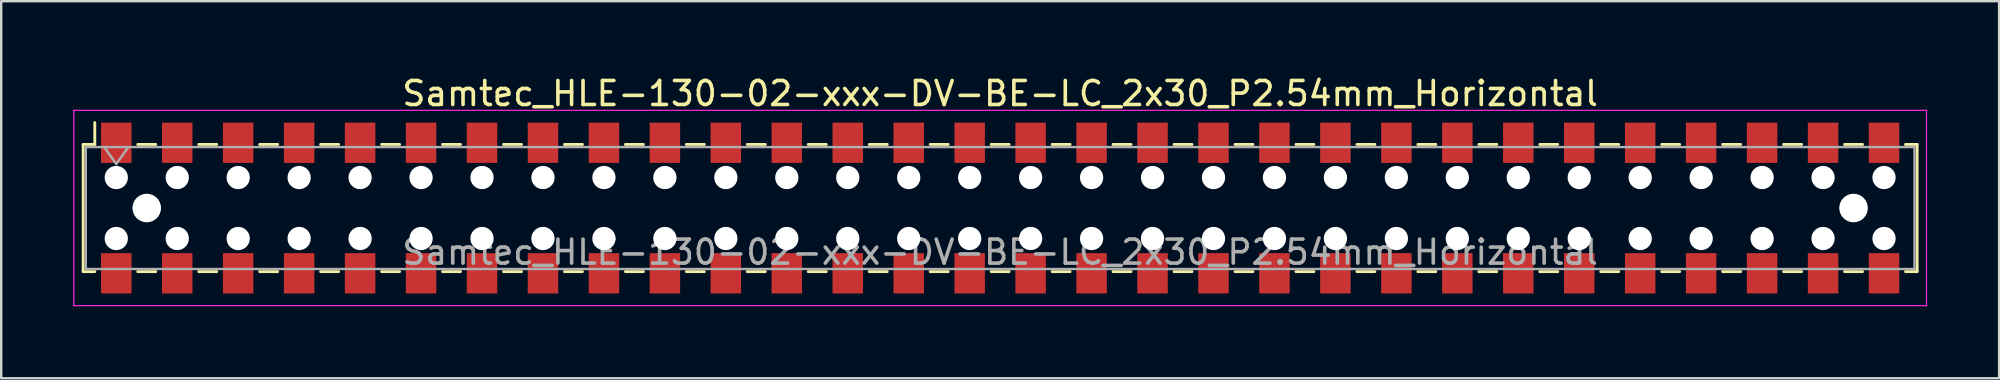
<source format=kicad_pcb>
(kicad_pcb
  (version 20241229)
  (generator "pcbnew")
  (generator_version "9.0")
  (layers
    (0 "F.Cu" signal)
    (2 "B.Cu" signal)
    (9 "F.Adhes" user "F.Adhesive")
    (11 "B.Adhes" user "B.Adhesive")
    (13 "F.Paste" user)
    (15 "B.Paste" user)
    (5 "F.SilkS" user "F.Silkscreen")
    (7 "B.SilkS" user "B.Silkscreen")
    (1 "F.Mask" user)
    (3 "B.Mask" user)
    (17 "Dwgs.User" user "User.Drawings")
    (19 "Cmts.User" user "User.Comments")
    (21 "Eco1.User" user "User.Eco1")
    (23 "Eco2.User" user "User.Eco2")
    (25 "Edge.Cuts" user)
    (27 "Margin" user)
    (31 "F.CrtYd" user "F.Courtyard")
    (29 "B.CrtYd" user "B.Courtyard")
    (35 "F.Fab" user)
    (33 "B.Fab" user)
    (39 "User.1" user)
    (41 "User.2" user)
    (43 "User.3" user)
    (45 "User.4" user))
  (footprint "Samtec_HLE-130-02-xxx-DV-BE-LC_2x30_P2.54mm_Horizontal"
    (layer "F.Cu")
    (at 38.625 5.618)
    (property "Reference" "Samtec_HLE-130-02-xxx-DV-BE-LC_2x30_P2.54mm_Horizontal" (at 0 -4.77 0) (layer "F.SilkS") (effects (font (size 1 1) (thickness 0.15))))
    (attr smd)
    (fp_line (start -38.21 -2.65) (end -38.21 2.65) (stroke (width 0.12) (type solid)) (layer "F.SilkS"))
    (fp_line (start -38.21 2.65) (end -37.725 2.65) (stroke (width 0.12) (type solid)) (layer "F.SilkS"))
    (fp_line (start -37.725 -3.56) (end -37.725 -2.65) (stroke (width 0.12) (type solid)) (layer "F.SilkS"))
    (fp_line (start -37.725 -2.65) (end -38.21 -2.65) (stroke (width 0.12) (type solid)) (layer "F.SilkS"))
    (fp_line (start -35.935 -2.65) (end -35.185 -2.65) (stroke (width 0.12) (type solid)) (layer "F.SilkS"))
    (fp_line (start -35.935 2.65) (end -35.185 2.65) (stroke (width 0.12) (type solid)) (layer "F.SilkS"))
    (fp_line (start -33.395 -2.65) (end -32.645 -2.65) (stroke (width 0.12) (type solid)) (layer "F.SilkS"))
    (fp_line (start -33.395 2.65) (end -32.645 2.65) (stroke (width 0.12) (type solid)) (layer "F.SilkS"))
    (fp_line (start -30.855 -2.65) (end -30.105 -2.65) (stroke (width 0.12) (type solid)) (layer "F.SilkS"))
    (fp_line (start -30.855 2.65) (end -30.105 2.65) (stroke (width 0.12) (type solid)) (layer "F.SilkS"))
    (fp_line (start -28.315 -2.65) (end -27.565 -2.65) (stroke (width 0.12) (type solid)) (layer "F.SilkS"))
    (fp_line (start -28.315 2.65) (end -27.565 2.65) (stroke (width 0.12) (type solid)) (layer "F.SilkS"))
    (fp_line (start -25.775 -2.65) (end -25.025 -2.65) (stroke (width 0.12) (type solid)) (layer "F.SilkS"))
    (fp_line (start -25.775 2.65) (end -25.025 2.65) (stroke (width 0.12) (type solid)) (layer "F.SilkS"))
    (fp_line (start -23.235 -2.65) (end -22.485 -2.65) (stroke (width 0.12) (type solid)) (layer "F.SilkS"))
    (fp_line (start -23.235 2.65) (end -22.485 2.65) (stroke (width 0.12) (type solid)) (layer "F.SilkS"))
    (fp_line (start -20.695 -2.65) (end -19.945 -2.65) (stroke (width 0.12) (type solid)) (layer "F.SilkS"))
    (fp_line (start -20.695 2.65) (end -19.945 2.65) (stroke (width 0.12) (type solid)) (layer "F.SilkS"))
    (fp_line (start -18.155 -2.65) (end -17.405 -2.65) (stroke (width 0.12) (type solid)) (layer "F.SilkS"))
    (fp_line (start -18.155 2.65) (end -17.405 2.65) (stroke (width 0.12) (type solid)) (layer "F.SilkS"))
    (fp_line (start -15.615 -2.65) (end -14.865 -2.65) (stroke (width 0.12) (type solid)) (layer "F.SilkS"))
    (fp_line (start -15.615 2.65) (end -14.865 2.65) (stroke (width 0.12) (type solid)) (layer "F.SilkS"))
    (fp_line (start -13.075 -2.65) (end -12.325 -2.65) (stroke (width 0.12) (type solid)) (layer "F.SilkS"))
    (fp_line (start -13.075 2.65) (end -12.325 2.65) (stroke (width 0.12) (type solid)) (layer "F.SilkS"))
    (fp_line (start -10.535 -2.65) (end -9.785 -2.65) (stroke (width 0.12) (type solid)) (layer "F.SilkS"))
    (fp_line (start -10.535 2.65) (end -9.785 2.65) (stroke (width 0.12) (type solid)) (layer "F.SilkS"))
    (fp_line (start -7.995 -2.65) (end -7.245 -2.65) (stroke (width 0.12) (type solid)) (layer "F.SilkS"))
    (fp_line (start -7.995 2.65) (end -7.245 2.65) (stroke (width 0.12) (type solid)) (layer "F.SilkS"))
    (fp_line (start -5.455 -2.65) (end -4.705 -2.65) (stroke (width 0.12) (type solid)) (layer "F.SilkS"))
    (fp_line (start -5.455 2.65) (end -4.705 2.65) (stroke (width 0.12) (type solid)) (layer "F.SilkS"))
    (fp_line (start -2.915 -2.65) (end -2.165 -2.65) (stroke (width 0.12) (type solid)) (layer "F.SilkS"))
    (fp_line (start -2.915 2.65) (end -2.165 2.65) (stroke (width 0.12) (type solid)) (layer "F.SilkS"))
    (fp_line (start -0.375 -2.65) (end 0.375 -2.65) (stroke (width 0.12) (type solid)) (layer "F.SilkS"))
    (fp_line (start -0.375 2.65) (end 0.375 2.65) (stroke (width 0.12) (type solid)) (layer "F.SilkS"))
    (fp_line (start 2.165 -2.65) (end 2.915 -2.65) (stroke (width 0.12) (type solid)) (layer "F.SilkS"))
    (fp_line (start 2.165 2.65) (end 2.915 2.65) (stroke (width 0.12) (type solid)) (layer "F.SilkS"))
    (fp_line (start 4.705 -2.65) (end 5.455 -2.65) (stroke (width 0.12) (type solid)) (layer "F.SilkS"))
    (fp_line (start 4.705 2.65) (end 5.455 2.65) (stroke (width 0.12) (type solid)) (layer "F.SilkS"))
    (fp_line (start 7.245 -2.65) (end 7.995 -2.65) (stroke (width 0.12) (type solid)) (layer "F.SilkS"))
    (fp_line (start 7.245 2.65) (end 7.995 2.65) (stroke (width 0.12) (type solid)) (layer "F.SilkS"))
    (fp_line (start 9.785 -2.65) (end 10.535 -2.65) (stroke (width 0.12) (type solid)) (layer "F.SilkS"))
    (fp_line (start 9.785 2.65) (end 10.535 2.65) (stroke (width 0.12) (type solid)) (layer "F.SilkS"))
    (fp_line (start 12.325 -2.65) (end 13.075 -2.65) (stroke (width 0.12) (type solid)) (layer "F.SilkS"))
    (fp_line (start 12.325 2.65) (end 13.075 2.65) (stroke (width 0.12) (type solid)) (layer "F.SilkS"))
    (fp_line (start 14.865 -2.65) (end 15.615 -2.65) (stroke (width 0.12) (type solid)) (layer "F.SilkS"))
    (fp_line (start 14.865 2.65) (end 15.615 2.65) (stroke (width 0.12) (type solid)) (layer "F.SilkS"))
    (fp_line (start 17.405 -2.65) (end 18.155 -2.65) (stroke (width 0.12) (type solid)) (layer "F.SilkS"))
    (fp_line (start 17.405 2.65) (end 18.155 2.65) (stroke (width 0.12) (type solid)) (layer "F.SilkS"))
    (fp_line (start 19.945 -2.65) (end 20.695 -2.65) (stroke (width 0.12) (type solid)) (layer "F.SilkS"))
    (fp_line (start 19.945 2.65) (end 20.695 2.65) (stroke (width 0.12) (type solid)) (layer "F.SilkS"))
    (fp_line (start 22.485 -2.65) (end 23.235 -2.65) (stroke (width 0.12) (type solid)) (layer "F.SilkS"))
    (fp_line (start 22.485 2.65) (end 23.235 2.65) (stroke (width 0.12) (type solid)) (layer "F.SilkS"))
    (fp_line (start 25.025 -2.65) (end 25.775 -2.65) (stroke (width 0.12) (type solid)) (layer "F.SilkS"))
    (fp_line (start 25.025 2.65) (end 25.775 2.65) (stroke (width 0.12) (type solid)) (layer "F.SilkS"))
    (fp_line (start 27.565 -2.65) (end 28.315 -2.65) (stroke (width 0.12) (type solid)) (layer "F.SilkS"))
    (fp_line (start 27.565 2.65) (end 28.315 2.65) (stroke (width 0.12) (type solid)) (layer "F.SilkS"))
    (fp_line (start 30.105 -2.65) (end 30.855 -2.65) (stroke (width 0.12) (type solid)) (layer "F.SilkS"))
    (fp_line (start 30.105 2.65) (end 30.855 2.65) (stroke (width 0.12) (type solid)) (layer "F.SilkS"))
    (fp_line (start 32.645 -2.65) (end 33.395 -2.65) (stroke (width 0.12) (type solid)) (layer "F.SilkS"))
    (fp_line (start 32.645 2.65) (end 33.395 2.65) (stroke (width 0.12) (type solid)) (layer "F.SilkS"))
    (fp_line (start 35.185 -2.65) (end 35.935 -2.65) (stroke (width 0.12) (type solid)) (layer "F.SilkS"))
    (fp_line (start 35.185 2.65) (end 35.935 2.65) (stroke (width 0.12) (type solid)) (layer "F.SilkS"))
    (fp_line (start 37.725 -2.65) (end 38.21 -2.65) (stroke (width 0.12) (type solid)) (layer "F.SilkS"))
    (fp_line (start 38.21 -2.65) (end 38.21 2.65) (stroke (width 0.12) (type solid)) (layer "F.SilkS"))
    (fp_line (start 38.21 2.65) (end 37.725 2.65) (stroke (width 0.12) (type solid)) (layer "F.SilkS"))
    (fp_line (start -38.6 -4.07) (end 38.6 -4.07) (stroke (width 0.05) (type solid)) (layer "F.CrtYd"))
    (fp_line (start -38.6 4.07) (end -38.6 -4.07) (stroke (width 0.05) (type solid)) (layer "F.CrtYd"))
    (fp_line (start 38.6 -4.07) (end 38.6 4.07) (stroke (width 0.05) (type solid)) (layer "F.CrtYd"))
    (fp_line (start 38.6 4.07) (end -38.6 4.07) (stroke (width 0.05) (type solid)) (layer "F.CrtYd"))
    (fp_line (start -38.1 -2.54) (end 38.1 -2.54) (stroke (width 0.1) (type solid)) (layer "F.Fab"))
    (fp_line (start -38.1 2.54) (end -38.1 -2.54) (stroke (width 0.1) (type solid)) (layer "F.Fab"))
    (fp_line (start -37.33 -2.54) (end -36.83 -1.833) (stroke (width 0.1) (type solid)) (layer "F.Fab"))
    (fp_line (start -36.83 -1.833) (end -36.33 -2.54) (stroke (width 0.1) (type solid)) (layer "F.Fab"))
    (fp_line (start 38.1 -2.54) (end 38.1 2.54) (stroke (width 0.1) (type solid)) (layer "F.Fab"))
    (fp_line (start 38.1 2.54) (end -38.1 2.54) (stroke (width 0.1) (type solid)) (layer "F.Fab"))
    (fp_text user "${REFERENCE}" (at 0 1.84 0) (layer "F.Fab") (effects (font (size 1 1) (thickness 0.15))))
    (pad "" np_thru_hole circle (at -36.83 -1.27) (size 0.97 0.97) (drill 0.97) (layers "*.Cu" "*.Mask"))
    (pad "" np_thru_hole circle (at -36.83 1.27) (size 0.97 0.97) (drill 0.97) (layers "*.Cu" "*.Mask"))
    (pad "" np_thru_hole circle (at -35.56 0) (size 1.19 1.19) (drill 1.19) (layers "*.Cu" "*.Mask"))
    (pad "" np_thru_hole circle (at -34.29 -1.27) (size 0.97 0.97) (drill 0.97) (layers "*.Cu" "*.Mask"))
    (pad "" np_thru_hole circle (at -34.29 1.27) (size 0.97 0.97) (drill 0.97) (layers "*.Cu" "*.Mask"))
    (pad "" np_thru_hole circle (at -31.75 -1.27) (size 0.97 0.97) (drill 0.97) (layers "*.Cu" "*.Mask"))
    (pad "" np_thru_hole circle (at -31.75 1.27) (size 0.97 0.97) (drill 0.97) (layers "*.Cu" "*.Mask"))
    (pad "" np_thru_hole circle (at -29.21 -1.27) (size 0.97 0.97) (drill 0.97) (layers "*.Cu" "*.Mask"))
    (pad "" np_thru_hole circle (at -29.21 1.27) (size 0.97 0.97) (drill 0.97) (layers "*.Cu" "*.Mask"))
    (pad "" np_thru_hole circle (at -26.67 -1.27) (size 0.97 0.97) (drill 0.97) (layers "*.Cu" "*.Mask"))
    (pad "" np_thru_hole circle (at -26.67 1.27) (size 0.97 0.97) (drill 0.97) (layers "*.Cu" "*.Mask"))
    (pad "" np_thru_hole circle (at -24.13 -1.27) (size 0.97 0.97) (drill 0.97) (layers "*.Cu" "*.Mask"))
    (pad "" np_thru_hole circle (at -24.13 1.27) (size 0.97 0.97) (drill 0.97) (layers "*.Cu" "*.Mask"))
    (pad "" np_thru_hole circle (at -21.59 -1.27) (size 0.97 0.97) (drill 0.97) (layers "*.Cu" "*.Mask"))
    (pad "" np_thru_hole circle (at -21.59 1.27) (size 0.97 0.97) (drill 0.97) (layers "*.Cu" "*.Mask"))
    (pad "" np_thru_hole circle (at -19.05 -1.27) (size 0.97 0.97) (drill 0.97) (layers "*.Cu" "*.Mask"))
    (pad "" np_thru_hole circle (at -19.05 1.27) (size 0.97 0.97) (drill 0.97) (layers "*.Cu" "*.Mask"))
    (pad "" np_thru_hole circle (at -16.51 -1.27) (size 0.97 0.97) (drill 0.97) (layers "*.Cu" "*.Mask"))
    (pad "" np_thru_hole circle (at -16.51 1.27) (size 0.97 0.97) (drill 0.97) (layers "*.Cu" "*.Mask"))
    (pad "" np_thru_hole circle (at -13.97 -1.27) (size 0.97 0.97) (drill 0.97) (layers "*.Cu" "*.Mask"))
    (pad "" np_thru_hole circle (at -13.97 1.27) (size 0.97 0.97) (drill 0.97) (layers "*.Cu" "*.Mask"))
    (pad "" np_thru_hole circle (at -11.43 -1.27) (size 0.97 0.97) (drill 0.97) (layers "*.Cu" "*.Mask"))
    (pad "" np_thru_hole circle (at -11.43 1.27) (size 0.97 0.97) (drill 0.97) (layers "*.Cu" "*.Mask"))
    (pad "" np_thru_hole circle (at -8.89 -1.27) (size 0.97 0.97) (drill 0.97) (layers "*.Cu" "*.Mask"))
    (pad "" np_thru_hole circle (at -8.89 1.27) (size 0.97 0.97) (drill 0.97) (layers "*.Cu" "*.Mask"))
    (pad "" np_thru_hole circle (at -6.35 -1.27) (size 0.97 0.97) (drill 0.97) (layers "*.Cu" "*.Mask"))
    (pad "" np_thru_hole circle (at -6.35 1.27) (size 0.97 0.97) (drill 0.97) (layers "*.Cu" "*.Mask"))
    (pad "" np_thru_hole circle (at -3.81 -1.27) (size 0.97 0.97) (drill 0.97) (layers "*.Cu" "*.Mask"))
    (pad "" np_thru_hole circle (at -3.81 1.27) (size 0.97 0.97) (drill 0.97) (layers "*.Cu" "*.Mask"))
    (pad "" np_thru_hole circle (at -1.27 -1.27) (size 0.97 0.97) (drill 0.97) (layers "*.Cu" "*.Mask"))
    (pad "" np_thru_hole circle (at -1.27 1.27) (size 0.97 0.97) (drill 0.97) (layers "*.Cu" "*.Mask"))
    (pad "" np_thru_hole circle (at 1.27 -1.27) (size 0.97 0.97) (drill 0.97) (layers "*.Cu" "*.Mask"))
    (pad "" np_thru_hole circle (at 1.27 1.27) (size 0.97 0.97) (drill 0.97) (layers "*.Cu" "*.Mask"))
    (pad "" np_thru_hole circle (at 3.81 -1.27) (size 0.97 0.97) (drill 0.97) (layers "*.Cu" "*.Mask"))
    (pad "" np_thru_hole circle (at 3.81 1.27) (size 0.97 0.97) (drill 0.97) (layers "*.Cu" "*.Mask"))
    (pad "" np_thru_hole circle (at 6.35 -1.27) (size 0.97 0.97) (drill 0.97) (layers "*.Cu" "*.Mask"))
    (pad "" np_thru_hole circle (at 6.35 1.27) (size 0.97 0.97) (drill 0.97) (layers "*.Cu" "*.Mask"))
    (pad "" np_thru_hole circle (at 8.89 -1.27) (size 0.97 0.97) (drill 0.97) (layers "*.Cu" "*.Mask"))
    (pad "" np_thru_hole circle (at 8.89 1.27) (size 0.97 0.97) (drill 0.97) (layers "*.Cu" "*.Mask"))
    (pad "" np_thru_hole circle (at 11.43 -1.27) (size 0.97 0.97) (drill 0.97) (layers "*.Cu" "*.Mask"))
    (pad "" np_thru_hole circle (at 11.43 1.27) (size 0.97 0.97) (drill 0.97) (layers "*.Cu" "*.Mask"))
    (pad "" np_thru_hole circle (at 13.97 -1.27) (size 0.97 0.97) (drill 0.97) (layers "*.Cu" "*.Mask"))
    (pad "" np_thru_hole circle (at 13.97 1.27) (size 0.97 0.97) (drill 0.97) (layers "*.Cu" "*.Mask"))
    (pad "" np_thru_hole circle (at 16.51 -1.27) (size 0.97 0.97) (drill 0.97) (layers "*.Cu" "*.Mask"))
    (pad "" np_thru_hole circle (at 16.51 1.27) (size 0.97 0.97) (drill 0.97) (layers "*.Cu" "*.Mask"))
    (pad "" np_thru_hole circle (at 19.05 -1.27) (size 0.97 0.97) (drill 0.97) (layers "*.Cu" "*.Mask"))
    (pad "" np_thru_hole circle (at 19.05 1.27) (size 0.97 0.97) (drill 0.97) (layers "*.Cu" "*.Mask"))
    (pad "" np_thru_hole circle (at 21.59 -1.27) (size 0.97 0.97) (drill 0.97) (layers "*.Cu" "*.Mask"))
    (pad "" np_thru_hole circle (at 21.59 1.27) (size 0.97 0.97) (drill 0.97) (layers "*.Cu" "*.Mask"))
    (pad "" np_thru_hole circle (at 24.13 -1.27) (size 0.97 0.97) (drill 0.97) (layers "*.Cu" "*.Mask"))
    (pad "" np_thru_hole circle (at 24.13 1.27) (size 0.97 0.97) (drill 0.97) (layers "*.Cu" "*.Mask"))
    (pad "" np_thru_hole circle (at 26.67 -1.27) (size 0.97 0.97) (drill 0.97) (layers "*.Cu" "*.Mask"))
    (pad "" np_thru_hole circle (at 26.67 1.27) (size 0.97 0.97) (drill 0.97) (layers "*.Cu" "*.Mask"))
    (pad "" np_thru_hole circle (at 29.21 -1.27) (size 0.97 0.97) (drill 0.97) (layers "*.Cu" "*.Mask"))
    (pad "" np_thru_hole circle (at 29.21 1.27) (size 0.97 0.97) (drill 0.97) (layers "*.Cu" "*.Mask"))
    (pad "" np_thru_hole circle (at 31.75 -1.27) (size 0.97 0.97) (drill 0.97) (layers "*.Cu" "*.Mask"))
    (pad "" np_thru_hole circle (at 31.75 1.27) (size 0.97 0.97) (drill 0.97) (layers "*.Cu" "*.Mask"))
    (pad "" np_thru_hole circle (at 34.29 -1.27) (size 0.97 0.97) (drill 0.97) (layers "*.Cu" "*.Mask"))
    (pad "" np_thru_hole circle (at 34.29 1.27) (size 0.97 0.97) (drill 0.97) (layers "*.Cu" "*.Mask"))
    (pad "" np_thru_hole circle (at 35.56 0) (size 1.19 1.19) (drill 1.19) (layers "*.Cu" "*.Mask"))
    (pad "" np_thru_hole circle (at 36.83 -1.27) (size 0.97 0.97) (drill 0.97) (layers "*.Cu" "*.Mask"))
    (pad "" np_thru_hole circle (at 36.83 1.27) (size 0.97 0.97) (drill 0.97) (layers "*.Cu" "*.Mask"))
    (pad "1" smd rect (at -36.83 -2.72) (size 1.27 1.68) (layers "F.Cu" "F.Mask" "F.Paste"))
    (pad "2" smd rect (at -36.83 2.72) (size 1.27 1.68) (layers "F.Cu" "F.Mask" "F.Paste"))
    (pad "3" smd rect (at -34.29 -2.72) (size 1.27 1.68) (layers "F.Cu" "F.Mask" "F.Paste"))
    (pad "4" smd rect (at -34.29 2.72) (size 1.27 1.68) (layers "F.Cu" "F.Mask" "F.Paste"))
    (pad "5" smd rect (at -31.75 -2.72) (size 1.27 1.68) (layers "F.Cu" "F.Mask" "F.Paste"))
    (pad "6" smd rect (at -31.75 2.72) (size 1.27 1.68) (layers "F.Cu" "F.Mask" "F.Paste"))
    (pad "7" smd rect (at -29.21 -2.72) (size 1.27 1.68) (layers "F.Cu" "F.Mask" "F.Paste"))
    (pad "8" smd rect (at -29.21 2.72) (size 1.27 1.68) (layers "F.Cu" "F.Mask" "F.Paste"))
    (pad "9" smd rect (at -26.67 -2.72) (size 1.27 1.68) (layers "F.Cu" "F.Mask" "F.Paste"))
    (pad "10" smd rect (at -26.67 2.72) (size 1.27 1.68) (layers "F.Cu" "F.Mask" "F.Paste"))
    (pad "11" smd rect (at -24.13 -2.72) (size 1.27 1.68) (layers "F.Cu" "F.Mask" "F.Paste"))
    (pad "12" smd rect (at -24.13 2.72) (size 1.27 1.68) (layers "F.Cu" "F.Mask" "F.Paste"))
    (pad "13" smd rect (at -21.59 -2.72) (size 1.27 1.68) (layers "F.Cu" "F.Mask" "F.Paste"))
    (pad "14" smd rect (at -21.59 2.72) (size 1.27 1.68) (layers "F.Cu" "F.Mask" "F.Paste"))
    (pad "15" smd rect (at -19.05 -2.72) (size 1.27 1.68) (layers "F.Cu" "F.Mask" "F.Paste"))
    (pad "16" smd rect (at -19.05 2.72) (size 1.27 1.68) (layers "F.Cu" "F.Mask" "F.Paste"))
    (pad "17" smd rect (at -16.51 -2.72) (size 1.27 1.68) (layers "F.Cu" "F.Mask" "F.Paste"))
    (pad "18" smd rect (at -16.51 2.72) (size 1.27 1.68) (layers "F.Cu" "F.Mask" "F.Paste"))
    (pad "19" smd rect (at -13.97 -2.72) (size 1.27 1.68) (layers "F.Cu" "F.Mask" "F.Paste"))
    (pad "20" smd rect (at -13.97 2.72) (size 1.27 1.68) (layers "F.Cu" "F.Mask" "F.Paste"))
    (pad "21" smd rect (at -11.43 -2.72) (size 1.27 1.68) (layers "F.Cu" "F.Mask" "F.Paste"))
    (pad "22" smd rect (at -11.43 2.72) (size 1.27 1.68) (layers "F.Cu" "F.Mask" "F.Paste"))
    (pad "23" smd rect (at -8.89 -2.72) (size 1.27 1.68) (layers "F.Cu" "F.Mask" "F.Paste"))
    (pad "24" smd rect (at -8.89 2.72) (size 1.27 1.68) (layers "F.Cu" "F.Mask" "F.Paste"))
    (pad "25" smd rect (at -6.35 -2.72) (size 1.27 1.68) (layers "F.Cu" "F.Mask" "F.Paste"))
    (pad "26" smd rect (at -6.35 2.72) (size 1.27 1.68) (layers "F.Cu" "F.Mask" "F.Paste"))
    (pad "27" smd rect (at -3.81 -2.72) (size 1.27 1.68) (layers "F.Cu" "F.Mask" "F.Paste"))
    (pad "28" smd rect (at -3.81 2.72) (size 1.27 1.68) (layers "F.Cu" "F.Mask" "F.Paste"))
    (pad "29" smd rect (at -1.27 -2.72) (size 1.27 1.68) (layers "F.Cu" "F.Mask" "F.Paste"))
    (pad "30" smd rect (at -1.27 2.72) (size 1.27 1.68) (layers "F.Cu" "F.Mask" "F.Paste"))
    (pad "31" smd rect (at 1.27 -2.72) (size 1.27 1.68) (layers "F.Cu" "F.Mask" "F.Paste"))
    (pad "32" smd rect (at 1.27 2.72) (size 1.27 1.68) (layers "F.Cu" "F.Mask" "F.Paste"))
    (pad "33" smd rect (at 3.81 -2.72) (size 1.27 1.68) (layers "F.Cu" "F.Mask" "F.Paste"))
    (pad "34" smd rect (at 3.81 2.72) (size 1.27 1.68) (layers "F.Cu" "F.Mask" "F.Paste"))
    (pad "35" smd rect (at 6.35 -2.72) (size 1.27 1.68) (layers "F.Cu" "F.Mask" "F.Paste"))
    (pad "36" smd rect (at 6.35 2.72) (size 1.27 1.68) (layers "F.Cu" "F.Mask" "F.Paste"))
    (pad "37" smd rect (at 8.89 -2.72) (size 1.27 1.68) (layers "F.Cu" "F.Mask" "F.Paste"))
    (pad "38" smd rect (at 8.89 2.72) (size 1.27 1.68) (layers "F.Cu" "F.Mask" "F.Paste"))
    (pad "39" smd rect (at 11.43 -2.72) (size 1.27 1.68) (layers "F.Cu" "F.Mask" "F.Paste"))
    (pad "40" smd rect (at 11.43 2.72) (size 1.27 1.68) (layers "F.Cu" "F.Mask" "F.Paste"))
    (pad "41" smd rect (at 13.97 -2.72) (size 1.27 1.68) (layers "F.Cu" "F.Mask" "F.Paste"))
    (pad "42" smd rect (at 13.97 2.72) (size 1.27 1.68) (layers "F.Cu" "F.Mask" "F.Paste"))
    (pad "43" smd rect (at 16.51 -2.72) (size 1.27 1.68) (layers "F.Cu" "F.Mask" "F.Paste"))
    (pad "44" smd rect (at 16.51 2.72) (size 1.27 1.68) (layers "F.Cu" "F.Mask" "F.Paste"))
    (pad "45" smd rect (at 19.05 -2.72) (size 1.27 1.68) (layers "F.Cu" "F.Mask" "F.Paste"))
    (pad "46" smd rect (at 19.05 2.72) (size 1.27 1.68) (layers "F.Cu" "F.Mask" "F.Paste"))
    (pad "47" smd rect (at 21.59 -2.72) (size 1.27 1.68) (layers "F.Cu" "F.Mask" "F.Paste"))
    (pad "48" smd rect (at 21.59 2.72) (size 1.27 1.68) (layers "F.Cu" "F.Mask" "F.Paste"))
    (pad "49" smd rect (at 24.13 -2.72) (size 1.27 1.68) (layers "F.Cu" "F.Mask" "F.Paste"))
    (pad "50" smd rect (at 24.13 2.72) (size 1.27 1.68) (layers "F.Cu" "F.Mask" "F.Paste"))
    (pad "51" smd rect (at 26.67 -2.72) (size 1.27 1.68) (layers "F.Cu" "F.Mask" "F.Paste"))
    (pad "52" smd rect (at 26.67 2.72) (size 1.27 1.68) (layers "F.Cu" "F.Mask" "F.Paste"))
    (pad "53" smd rect (at 29.21 -2.72) (size 1.27 1.68) (layers "F.Cu" "F.Mask" "F.Paste"))
    (pad "54" smd rect (at 29.21 2.72) (size 1.27 1.68) (layers "F.Cu" "F.Mask" "F.Paste"))
    (pad "55" smd rect (at 31.75 -2.72) (size 1.27 1.68) (layers "F.Cu" "F.Mask" "F.Paste"))
    (pad "56" smd rect (at 31.75 2.72) (size 1.27 1.68) (layers "F.Cu" "F.Mask" "F.Paste"))
    (pad "57" smd rect (at 34.29 -2.72) (size 1.27 1.68) (layers "F.Cu" "F.Mask" "F.Paste"))
    (pad "58" smd rect (at 34.29 2.72) (size 1.27 1.68) (layers "F.Cu" "F.Mask" "F.Paste"))
    (pad "59" smd rect (at 36.83 -2.72) (size 1.27 1.68) (layers "F.Cu" "F.Mask" "F.Paste"))
    (pad "60" smd rect (at 36.83 2.72) (size 1.27 1.68) (layers "F.Cu" "F.Mask" "F.Paste")))
  (gr_rect
    (start -3 -3)
    (end 80.25 12.713)
    (stroke (width 0.1) (type default))
    (fill no)
    (layer "Edge.Cuts")))
</source>
